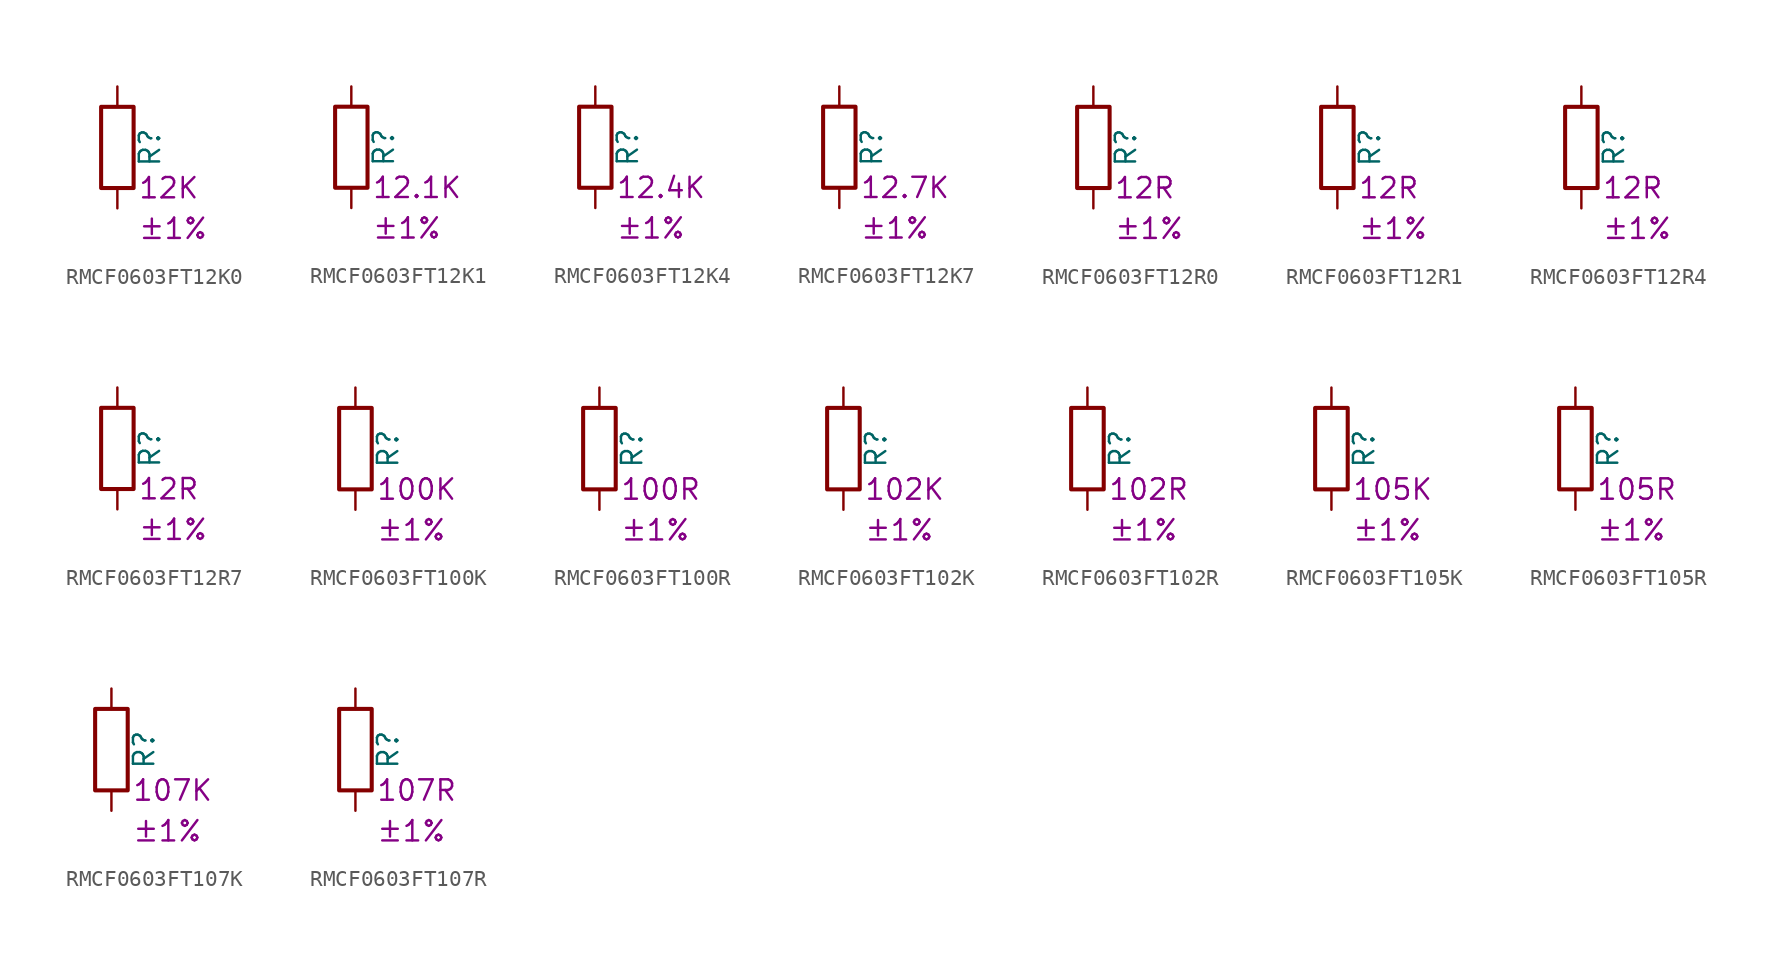
<source format=kicad_sym>
(kicad_symbol_lib
  (version 20220914)
  (generator kicad_symbol_editor)
  (symbol "RMCF0603FT12K0"
    (pin_numbers hide)
    (pin_names
      (offset 0))
    (property "Reference" "R"
      (at 2.032 0 90)
      (effects (font (size 1.27 1.27))))
    (property "Resistance" "12K"
      (at 1.27 -2.54 0)
      (effects (font (size 1.27 1.27)) (justify left)))
    (property "Tolerance" "±1%"
      (at 1.27 -5.08 0)
      (effects (font (size 1.27 1.27)) (justify left)))
    (symbol "RMCF0603FT12K0_0_1"
      (rectangle (start -1.016 -2.54) (end 1.016 2.54) (stroke (width 0.254) (type default)) (fill (type none))))
    (symbol "RMCF0603FT12K0_1_1"
      (pin passive line (at 0 3.81 270) (length 1.27) (name "~" (effects (font (size 1.27 1.27)))) (number "1" (effects (font (size 1.27 1.27)))))
      (pin passive line (at 0 -3.81 90) (length 1.27) (name "~" (effects (font (size 1.27 1.27)))) (number "2" (effects (font (size 1.27 1.27)))))))
  (symbol "RMCF0603FT12K1"
    (pin_numbers hide)
    (pin_names
      (offset 0))
    (property "Reference" "R"
      (at 2.032 0 90)
      (effects (font (size 1.27 1.27))))
    (property "Resistance" "12.1K"
      (at 1.27 -2.54 0)
      (effects (font (size 1.27 1.27)) (justify left)))
    (property "Tolerance" "±1%"
      (at 1.27 -5.08 0)
      (effects (font (size 1.27 1.27)) (justify left)))
    (symbol "RMCF0603FT12K1_0_1"
      (rectangle (start -1.016 -2.54) (end 1.016 2.54) (stroke (width 0.254) (type default)) (fill (type none))))
    (symbol "RMCF0603FT12K1_1_1"
      (pin passive line (at 0 3.81 270) (length 1.27) (name "~" (effects (font (size 1.27 1.27)))) (number "1" (effects (font (size 1.27 1.27)))))
      (pin passive line (at 0 -3.81 90) (length 1.27) (name "~" (effects (font (size 1.27 1.27)))) (number "2" (effects (font (size 1.27 1.27)))))))
  (symbol "RMCF0603FT12K4"
    (pin_numbers hide)
    (pin_names
      (offset 0))
    (property "Reference" "R"
      (at 2.032 0 90)
      (effects (font (size 1.27 1.27))))
    (property "Resistance" "12.4K"
      (at 1.27 -2.54 0)
      (effects (font (size 1.27 1.27)) (justify left)))
    (property "Tolerance" "±1%"
      (at 1.27 -5.08 0)
      (effects (font (size 1.27 1.27)) (justify left)))
    (symbol "RMCF0603FT12K4_0_1"
      (rectangle (start -1.016 -2.54) (end 1.016 2.54) (stroke (width 0.254) (type default)) (fill (type none))))
    (symbol "RMCF0603FT12K4_1_1"
      (pin passive line (at 0 3.81 270) (length 1.27) (name "~" (effects (font (size 1.27 1.27)))) (number "1" (effects (font (size 1.27 1.27)))))
      (pin passive line (at 0 -3.81 90) (length 1.27) (name "~" (effects (font (size 1.27 1.27)))) (number "2" (effects (font (size 1.27 1.27)))))))
  (symbol "RMCF0603FT12K7"
    (pin_numbers hide)
    (pin_names
      (offset 0))
    (property "Reference" "R"
      (at 2.032 0 90)
      (effects (font (size 1.27 1.27))))
    (property "Resistance" "12.7K"
      (at 1.27 -2.54 0)
      (effects (font (size 1.27 1.27)) (justify left)))
    (property "Tolerance" "±1%"
      (at 1.27 -5.08 0)
      (effects (font (size 1.27 1.27)) (justify left)))
    (symbol "RMCF0603FT12K7_0_1"
      (rectangle (start -1.016 -2.54) (end 1.016 2.54) (stroke (width 0.254) (type default)) (fill (type none))))
    (symbol "RMCF0603FT12K7_1_1"
      (pin passive line (at 0 3.81 270) (length 1.27) (name "~" (effects (font (size 1.27 1.27)))) (number "1" (effects (font (size 1.27 1.27)))))
      (pin passive line (at 0 -3.81 90) (length 1.27) (name "~" (effects (font (size 1.27 1.27)))) (number "2" (effects (font (size 1.27 1.27)))))))
  (symbol "RMCF0603FT12R0"
    (pin_numbers hide)
    (pin_names
      (offset 0))
    (property "Reference" "R"
      (at 2.032 0 90)
      (effects (font (size 1.27 1.27))))
    (property "Resistance" "12R"
      (at 1.27 -2.54 0)
      (effects (font (size 1.27 1.27)) (justify left)))
    (property "Tolerance" "±1%"
      (at 1.27 -5.08 0)
      (effects (font (size 1.27 1.27)) (justify left)))
    (symbol "RMCF0603FT12R0_0_1"
      (rectangle (start -1.016 -2.54) (end 1.016 2.54) (stroke (width 0.254) (type default)) (fill (type none))))
    (symbol "RMCF0603FT12R0_1_1"
      (pin passive line (at 0 3.81 270) (length 1.27) (name "~" (effects (font (size 1.27 1.27)))) (number "1" (effects (font (size 1.27 1.27)))))
      (pin passive line (at 0 -3.81 90) (length 1.27) (name "~" (effects (font (size 1.27 1.27)))) (number "2" (effects (font (size 1.27 1.27)))))))
  (symbol "RMCF0603FT12R1"
    (pin_numbers hide)
    (pin_names
      (offset 0))
    (property "Reference" "R"
      (at 2.032 0 90)
      (effects (font (size 1.27 1.27))))
    (property "Resistance" "12R"
      (at 1.27 -2.54 0)
      (effects (font (size 1.27 1.27)) (justify left)))
    (property "Tolerance" "±1%"
      (at 1.27 -5.08 0)
      (effects (font (size 1.27 1.27)) (justify left)))
    (symbol "RMCF0603FT12R1_0_1"
      (rectangle (start -1.016 -2.54) (end 1.016 2.54) (stroke (width 0.254) (type default)) (fill (type none))))
    (symbol "RMCF0603FT12R1_1_1"
      (pin passive line (at 0 3.81 270) (length 1.27) (name "~" (effects (font (size 1.27 1.27)))) (number "1" (effects (font (size 1.27 1.27)))))
      (pin passive line (at 0 -3.81 90) (length 1.27) (name "~" (effects (font (size 1.27 1.27)))) (number "2" (effects (font (size 1.27 1.27)))))))
  (symbol "RMCF0603FT12R4"
    (pin_numbers hide)
    (pin_names
      (offset 0))
    (property "Reference" "R"
      (at 2.032 0 90)
      (effects (font (size 1.27 1.27))))
    (property "Resistance" "12R"
      (at 1.27 -2.54 0)
      (effects (font (size 1.27 1.27)) (justify left)))
    (property "Tolerance" "±1%"
      (at 1.27 -5.08 0)
      (effects (font (size 1.27 1.27)) (justify left)))
    (symbol "RMCF0603FT12R4_0_1"
      (rectangle (start -1.016 -2.54) (end 1.016 2.54) (stroke (width 0.254) (type default)) (fill (type none))))
    (symbol "RMCF0603FT12R4_1_1"
      (pin passive line (at 0 3.81 270) (length 1.27) (name "~" (effects (font (size 1.27 1.27)))) (number "1" (effects (font (size 1.27 1.27)))))
      (pin passive line (at 0 -3.81 90) (length 1.27) (name "~" (effects (font (size 1.27 1.27)))) (number "2" (effects (font (size 1.27 1.27)))))))
  (symbol "RMCF0603FT12R7"
    (pin_numbers hide)
    (pin_names
      (offset 0))
    (property "Reference" "R"
      (at 2.032 0 90)
      (effects (font (size 1.27 1.27))))
    (property "Resistance" "12R"
      (at 1.27 -2.54 0)
      (effects (font (size 1.27 1.27)) (justify left)))
    (property "Tolerance" "±1%"
      (at 1.27 -5.08 0)
      (effects (font (size 1.27 1.27)) (justify left)))
    (symbol "RMCF0603FT12R7_0_1"
      (rectangle (start -1.016 -2.54) (end 1.016 2.54) (stroke (width 0.254) (type default)) (fill (type none))))
    (symbol "RMCF0603FT12R7_1_1"
      (pin passive line (at 0 3.81 270) (length 1.27) (name "~" (effects (font (size 1.27 1.27)))) (number "1" (effects (font (size 1.27 1.27)))))
      (pin passive line (at 0 -3.81 90) (length 1.27) (name "~" (effects (font (size 1.27 1.27)))) (number "2" (effects (font (size 1.27 1.27)))))))
  (symbol "RMCF0603FT100K"
    (pin_numbers hide)
    (pin_names
      (offset 0))
    (property "Reference" "R"
      (at 2.032 0 90)
      (effects (font (size 1.27 1.27))))
    (property "Resistance" "100K"
      (at 1.27 -2.54 0)
      (effects (font (size 1.27 1.27)) (justify left)))
    (property "Tolerance" "±1%"
      (at 1.27 -5.08 0)
      (effects (font (size 1.27 1.27)) (justify left)))
    (symbol "RMCF0603FT100K_0_1"
      (rectangle (start -1.016 -2.54) (end 1.016 2.54) (stroke (width 0.254) (type default)) (fill (type none))))
    (symbol "RMCF0603FT100K_1_1"
      (pin passive line (at 0 3.81 270) (length 1.27) (name "~" (effects (font (size 1.27 1.27)))) (number "1" (effects (font (size 1.27 1.27)))))
      (pin passive line (at 0 -3.81 90) (length 1.27) (name "~" (effects (font (size 1.27 1.27)))) (number "2" (effects (font (size 1.27 1.27)))))))
  (symbol "RMCF0603FT100R"
    (pin_numbers hide)
    (pin_names
      (offset 0))
    (property "Reference" "R"
      (at 2.032 0 90)
      (effects (font (size 1.27 1.27))))
    (property "Resistance" "100R"
      (at 1.27 -2.54 0)
      (effects (font (size 1.27 1.27)) (justify left)))
    (property "Tolerance" "±1%"
      (at 1.27 -5.08 0)
      (effects (font (size 1.27 1.27)) (justify left)))
    (symbol "RMCF0603FT100R_0_1"
      (rectangle (start -1.016 -2.54) (end 1.016 2.54) (stroke (width 0.254) (type default)) (fill (type none))))
    (symbol "RMCF0603FT100R_1_1"
      (pin passive line (at 0 3.81 270) (length 1.27) (name "~" (effects (font (size 1.27 1.27)))) (number "1" (effects (font (size 1.27 1.27)))))
      (pin passive line (at 0 -3.81 90) (length 1.27) (name "~" (effects (font (size 1.27 1.27)))) (number "2" (effects (font (size 1.27 1.27)))))))
  (symbol "RMCF0603FT102K"
    (pin_numbers hide)
    (pin_names
      (offset 0))
    (property "Reference" "R"
      (at 2.032 0 90)
      (effects (font (size 1.27 1.27))))
    (property "Resistance" "102K"
      (at 1.27 -2.54 0)
      (effects (font (size 1.27 1.27)) (justify left)))
    (property "Tolerance" "±1%"
      (at 1.27 -5.08 0)
      (effects (font (size 1.27 1.27)) (justify left)))
    (symbol "RMCF0603FT102K_0_1"
      (rectangle (start -1.016 -2.54) (end 1.016 2.54) (stroke (width 0.254) (type default)) (fill (type none))))
    (symbol "RMCF0603FT102K_1_1"
      (pin passive line (at 0 3.81 270) (length 1.27) (name "~" (effects (font (size 1.27 1.27)))) (number "1" (effects (font (size 1.27 1.27)))))
      (pin passive line (at 0 -3.81 90) (length 1.27) (name "~" (effects (font (size 1.27 1.27)))) (number "2" (effects (font (size 1.27 1.27)))))))
  (symbol "RMCF0603FT102R"
    (pin_numbers hide)
    (pin_names
      (offset 0))
    (property "Reference" "R"
      (at 2.032 0 90)
      (effects (font (size 1.27 1.27))))
    (property "Resistance" "102R"
      (at 1.27 -2.54 0)
      (effects (font (size 1.27 1.27)) (justify left)))
    (property "Tolerance" "±1%"
      (at 1.27 -5.08 0)
      (effects (font (size 1.27 1.27)) (justify left)))
    (symbol "RMCF0603FT102R_0_1"
      (rectangle (start -1.016 -2.54) (end 1.016 2.54) (stroke (width 0.254) (type default)) (fill (type none))))
    (symbol "RMCF0603FT102R_1_1"
      (pin passive line (at 0 3.81 270) (length 1.27) (name "~" (effects (font (size 1.27 1.27)))) (number "1" (effects (font (size 1.27 1.27)))))
      (pin passive line (at 0 -3.81 90) (length 1.27) (name "~" (effects (font (size 1.27 1.27)))) (number "2" (effects (font (size 1.27 1.27)))))))
  (symbol "RMCF0603FT105K"
    (pin_numbers hide)
    (pin_names
      (offset 0))
    (property "Reference" "R"
      (at 2.032 0 90)
      (effects (font (size 1.27 1.27))))
    (property "Resistance" "105K"
      (at 1.27 -2.54 0)
      (effects (font (size 1.27 1.27)) (justify left)))
    (property "Tolerance" "±1%"
      (at 1.27 -5.08 0)
      (effects (font (size 1.27 1.27)) (justify left)))
    (symbol "RMCF0603FT105K_0_1"
      (rectangle (start -1.016 -2.54) (end 1.016 2.54) (stroke (width 0.254) (type default)) (fill (type none))))
    (symbol "RMCF0603FT105K_1_1"
      (pin passive line (at 0 3.81 270) (length 1.27) (name "~" (effects (font (size 1.27 1.27)))) (number "1" (effects (font (size 1.27 1.27)))))
      (pin passive line (at 0 -3.81 90) (length 1.27) (name "~" (effects (font (size 1.27 1.27)))) (number "2" (effects (font (size 1.27 1.27)))))))
  (symbol "RMCF0603FT105R"
    (pin_numbers hide)
    (pin_names
      (offset 0))
    (property "Reference" "R"
      (at 2.032 0 90)
      (effects (font (size 1.27 1.27))))
    (property "Resistance" "105R"
      (at 1.27 -2.54 0)
      (effects (font (size 1.27 1.27)) (justify left)))
    (property "Tolerance" "±1%"
      (at 1.27 -5.08 0)
      (effects (font (size 1.27 1.27)) (justify left)))
    (symbol "RMCF0603FT105R_0_1"
      (rectangle (start -1.016 -2.54) (end 1.016 2.54) (stroke (width 0.254) (type default)) (fill (type none))))
    (symbol "RMCF0603FT105R_1_1"
      (pin passive line (at 0 3.81 270) (length 1.27) (name "~" (effects (font (size 1.27 1.27)))) (number "1" (effects (font (size 1.27 1.27)))))
      (pin passive line (at 0 -3.81 90) (length 1.27) (name "~" (effects (font (size 1.27 1.27)))) (number "2" (effects (font (size 1.27 1.27)))))))
  (symbol "RMCF0603FT107K"
    (pin_numbers hide)
    (pin_names
      (offset 0))
    (property "Reference" "R"
      (at 2.032 0 90)
      (effects (font (size 1.27 1.27))))
    (property "Resistance" "107K"
      (at 1.27 -2.54 0)
      (effects (font (size 1.27 1.27)) (justify left)))
    (property "Tolerance" "±1%"
      (at 1.27 -5.08 0)
      (effects (font (size 1.27 1.27)) (justify left)))
    (symbol "RMCF0603FT107K_0_1"
      (rectangle (start -1.016 -2.54) (end 1.016 2.54) (stroke (width 0.254) (type default)) (fill (type none))))
    (symbol "RMCF0603FT107K_1_1"
      (pin passive line (at 0 3.81 270) (length 1.27) (name "~" (effects (font (size 1.27 1.27)))) (number "1" (effects (font (size 1.27 1.27)))))
      (pin passive line (at 0 -3.81 90) (length 1.27) (name "~" (effects (font (size 1.27 1.27)))) (number "2" (effects (font (size 1.27 1.27)))))))
  (symbol "RMCF0603FT107R"
    (pin_numbers hide)
    (pin_names
      (offset 0))
    (property "Reference" "R"
      (at 2.032 0 90)
      (effects (font (size 1.27 1.27))))
    (property "Resistance" "107R"
      (at 1.27 -2.54 0)
      (effects (font (size 1.27 1.27)) (justify left)))
    (property "Tolerance" "±1%"
      (at 1.27 -5.08 0)
      (effects (font (size 1.27 1.27)) (justify left)))
    (symbol "RMCF0603FT107R_0_1"
      (rectangle (start -1.016 -2.54) (end 1.016 2.54) (stroke (width 0.254) (type default)) (fill (type none))))
    (symbol "RMCF0603FT107R_1_1"
      (pin passive line (at 0 3.81 270) (length 1.27) (name "~" (effects (font (size 1.27 1.27)))) (number "1" (effects (font (size 1.27 1.27)))))
      (pin passive line (at 0 -3.81 90) (length 1.27) (name "~" (effects (font (size 1.27 1.27)))) (number "2" (effects (font (size 1.27 1.27))))))))
</source>
